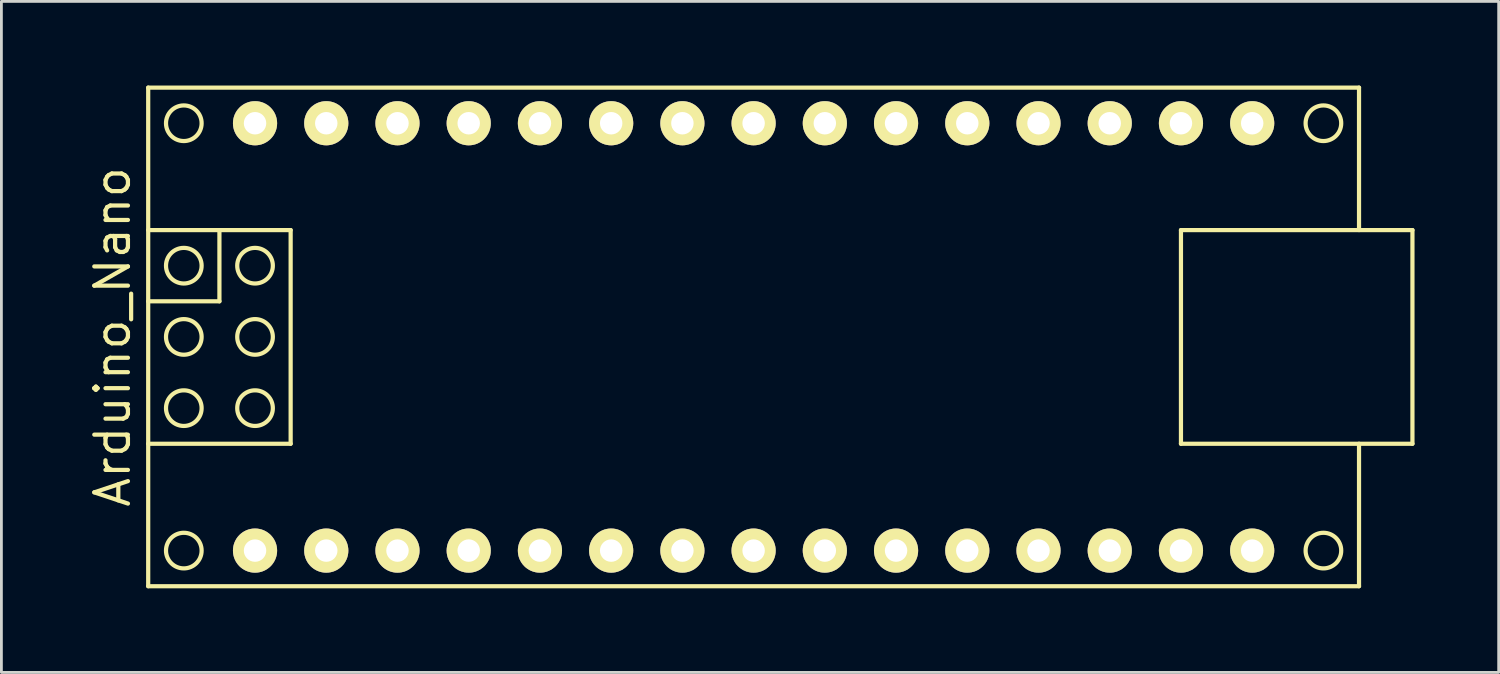
<source format=kicad_pcb>
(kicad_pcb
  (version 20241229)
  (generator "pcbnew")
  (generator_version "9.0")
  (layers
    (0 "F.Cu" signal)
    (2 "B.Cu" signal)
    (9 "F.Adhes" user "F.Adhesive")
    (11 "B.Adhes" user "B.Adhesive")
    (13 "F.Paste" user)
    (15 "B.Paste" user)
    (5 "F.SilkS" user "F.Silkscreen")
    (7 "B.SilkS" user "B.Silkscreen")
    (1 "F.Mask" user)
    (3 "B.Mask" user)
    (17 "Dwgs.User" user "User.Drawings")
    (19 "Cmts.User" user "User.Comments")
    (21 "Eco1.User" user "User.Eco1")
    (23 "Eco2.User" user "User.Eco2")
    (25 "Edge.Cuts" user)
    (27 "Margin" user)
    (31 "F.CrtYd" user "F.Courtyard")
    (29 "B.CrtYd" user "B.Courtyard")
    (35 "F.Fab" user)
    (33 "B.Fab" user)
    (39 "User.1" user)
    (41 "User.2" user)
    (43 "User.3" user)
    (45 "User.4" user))
  (footprint "Arduino_Nano"
    (layer "F.Cu")
    (at 23.825 8.965)
    (property "Reference" "Arduino_Nano" (at -22.86 0 90) (layer "F.SilkS") (effects (font (size 1.2 1.2) (thickness 0.15))))
    (attr through_hole)
    (fp_line (start -21.59 -8.89) (end -21.59 8.89) (stroke (width 0.15) (type solid)) (layer "F.SilkS"))
    (fp_line (start -21.59 3.81) (end -16.51 3.81) (stroke (width 0.15) (type solid)) (layer "F.SilkS"))
    (fp_line (start -21.59 8.89) (end 21.59 8.89) (stroke (width 0.15) (type solid)) (layer "F.SilkS"))
    (fp_line (start -19.05 -3.81) (end -19.05 -1.27) (stroke (width 0.15) (type solid)) (layer "F.SilkS"))
    (fp_line (start -19.05 -1.27) (end -21.59 -1.27) (stroke (width 0.15) (type solid)) (layer "F.SilkS"))
    (fp_line (start -16.51 -3.81) (end -21.59 -3.81) (stroke (width 0.15) (type solid)) (layer "F.SilkS"))
    (fp_line (start -16.51 3.81) (end -16.51 -3.81) (stroke (width 0.15) (type solid)) (layer "F.SilkS"))
    (fp_line (start 15.24 -3.81) (end 23.495 -3.81) (stroke (width 0.15) (type solid)) (layer "F.SilkS"))
    (fp_line (start 15.24 3.81) (end 15.24 -3.81) (stroke (width 0.15) (type solid)) (layer "F.SilkS"))
    (fp_line (start 21.59 -8.89) (end -21.59 -8.89) (stroke (width 0.15) (type solid)) (layer "F.SilkS"))
    (fp_line (start 21.59 -8.89) (end 21.59 -3.81) (stroke (width 0.15) (type solid)) (layer "F.SilkS"))
    (fp_line (start 21.59 3.81) (end 21.59 8.89) (stroke (width 0.15) (type solid)) (layer "F.SilkS"))
    (fp_line (start 23.495 -3.81) (end 23.495 3.81) (stroke (width 0.15) (type solid)) (layer "F.SilkS"))
    (fp_line (start 23.495 3.81) (end 15.24 3.81) (stroke (width 0.15) (type solid)) (layer "F.SilkS"))
    (fp_circle (center -20.32 -7.62) (end -19.685 -7.62) (stroke (width 0.15) (type solid)) (fill no) (layer "F.SilkS"))
    (fp_circle (center -20.32 -2.54) (end -20.32 -1.905) (stroke (width 0.15) (type solid)) (fill no) (layer "F.SilkS"))
    (fp_circle (center -20.32 0) (end -19.685 0) (stroke (width 0.15) (type solid)) (fill no) (layer "F.SilkS"))
    (fp_circle (center -20.32 2.54) (end -19.685 2.54) (stroke (width 0.15) (type solid)) (fill no) (layer "F.SilkS"))
    (fp_circle (center -20.32 7.62) (end -19.685 7.62) (stroke (width 0.15) (type solid)) (fill no) (layer "F.SilkS"))
    (fp_circle (center -17.78 -2.54) (end -17.145 -2.54) (stroke (width 0.15) (type solid)) (fill no) (layer "F.SilkS"))
    (fp_circle (center -17.78 0) (end -17.145 0) (stroke (width 0.15) (type solid)) (fill no) (layer "F.SilkS"))
    (fp_circle (center -17.78 2.54) (end -17.145 2.54) (stroke (width 0.15) (type solid)) (fill no) (layer "F.SilkS"))
    (fp_circle (center 20.32 -7.62) (end 20.955 -7.62) (stroke (width 0.15) (type solid)) (fill no) (layer "F.SilkS"))
    (fp_circle (center 20.32 7.62) (end 20.955 7.62) (stroke (width 0.15) (type solid)) (fill no) (layer "F.SilkS"))
    (pad "1" thru_hole circle (at -17.78 7.62) (size 1.575 1.575) (drill 0.8) (layers "*.Cu" "*.Mask" "F.SilkS"))
    (pad "2" thru_hole circle (at -15.24 7.62) (size 1.575 1.575) (drill 0.8) (layers "*.Cu" "*.Mask" "F.SilkS"))
    (pad "3" thru_hole circle (at -12.7 7.62) (size 1.575 1.575) (drill 0.8) (layers "*.Cu" "*.Mask" "F.SilkS"))
    (pad "4" thru_hole circle (at -10.16 7.62) (size 1.575 1.575) (drill 0.8) (layers "*.Cu" "*.Mask" "F.SilkS"))
    (pad "5" thru_hole circle (at -7.62 7.62) (size 1.575 1.575) (drill 0.8) (layers "*.Cu" "*.Mask" "F.SilkS"))
    (pad "6" thru_hole circle (at -5.08 7.62) (size 1.575 1.575) (drill 0.8) (layers "*.Cu" "*.Mask" "F.SilkS"))
    (pad "7" thru_hole circle (at -2.54 7.62) (size 1.575 1.575) (drill 0.8) (layers "*.Cu" "*.Mask" "F.SilkS"))
    (pad "8" thru_hole circle (at 0 7.62) (size 1.575 1.575) (drill 0.8) (layers "*.Cu" "*.Mask" "F.SilkS"))
    (pad "9" thru_hole circle (at 2.54 7.62) (size 1.575 1.575) (drill 0.8) (layers "*.Cu" "*.Mask" "F.SilkS"))
    (pad "10" thru_hole circle (at 5.08 7.62) (size 1.575 1.575) (drill 0.8) (layers "*.Cu" "*.Mask" "F.SilkS"))
    (pad "11" thru_hole circle (at 7.62 7.62) (size 1.575 1.575) (drill 0.8) (layers "*.Cu" "*.Mask" "F.SilkS"))
    (pad "12" thru_hole circle (at 10.16 7.62) (size 1.575 1.575) (drill 0.8) (layers "*.Cu" "*.Mask" "F.SilkS"))
    (pad "13" thru_hole circle (at 12.7 7.62) (size 1.575 1.575) (drill 0.8) (layers "*.Cu" "*.Mask" "F.SilkS"))
    (pad "14" thru_hole circle (at 15.24 7.62) (size 1.575 1.575) (drill 0.8) (layers "*.Cu" "*.Mask" "F.SilkS"))
    (pad "15" thru_hole circle (at 17.78 7.62) (size 1.575 1.575) (drill 0.8) (layers "*.Cu" "*.Mask" "F.SilkS"))
    (pad "16" thru_hole circle (at 17.78 -7.62) (size 1.575 1.575) (drill 0.8) (layers "*.Cu" "*.Mask" "F.SilkS"))
    (pad "17" thru_hole circle (at 15.24 -7.62) (size 1.575 1.575) (drill 0.8) (layers "*.Cu" "*.Mask" "F.SilkS"))
    (pad "18" thru_hole circle (at 12.7 -7.62) (size 1.575 1.575) (drill 0.8) (layers "*.Cu" "*.Mask" "F.SilkS"))
    (pad "19" thru_hole circle (at 10.16 -7.62) (size 1.575 1.575) (drill 0.8) (layers "*.Cu" "*.Mask" "F.SilkS"))
    (pad "20" thru_hole circle (at 7.62 -7.62) (size 1.575 1.575) (drill 0.8) (layers "*.Cu" "*.Mask" "F.SilkS"))
    (pad "21" thru_hole circle (at 5.08 -7.62) (size 1.575 1.575) (drill 0.8) (layers "*.Cu" "*.Mask" "F.SilkS"))
    (pad "22" thru_hole circle (at 2.54 -7.62) (size 1.575 1.575) (drill 0.8) (layers "*.Cu" "*.Mask" "F.SilkS"))
    (pad "23" thru_hole circle (at 0 -7.62) (size 1.575 1.575) (drill 0.8) (layers "*.Cu" "*.Mask" "F.SilkS"))
    (pad "24" thru_hole circle (at -2.54 -7.62) (size 1.575 1.575) (drill 0.8) (layers "*.Cu" "*.Mask" "F.SilkS"))
    (pad "25" thru_hole circle (at -5.08 -7.62) (size 1.575 1.575) (drill 0.8) (layers "*.Cu" "*.Mask" "F.SilkS"))
    (pad "26" thru_hole circle (at -7.62 -7.62) (size 1.575 1.575) (drill 0.8) (layers "*.Cu" "*.Mask" "F.SilkS"))
    (pad "27" thru_hole circle (at -10.16 -7.62) (size 1.575 1.575) (drill 0.8) (layers "*.Cu" "*.Mask" "F.SilkS"))
    (pad "28" thru_hole circle (at -12.7 -7.62) (size 1.575 1.575) (drill 0.8) (layers "*.Cu" "*.Mask" "F.SilkS"))
    (pad "29" thru_hole circle (at -15.24 -7.62) (size 1.575 1.575) (drill 0.8) (layers "*.Cu" "*.Mask" "F.SilkS"))
    (pad "30" thru_hole circle (at -17.78 -7.62) (size 1.575 1.575) (drill 0.8) (layers "*.Cu" "*.Mask" "F.SilkS")))
  (gr_rect
    (start -3 -3)
    (end 50.395 20.93)
    (stroke (width 0.1) (type default))
    (fill no)
    (layer "Edge.Cuts")))
</source>
